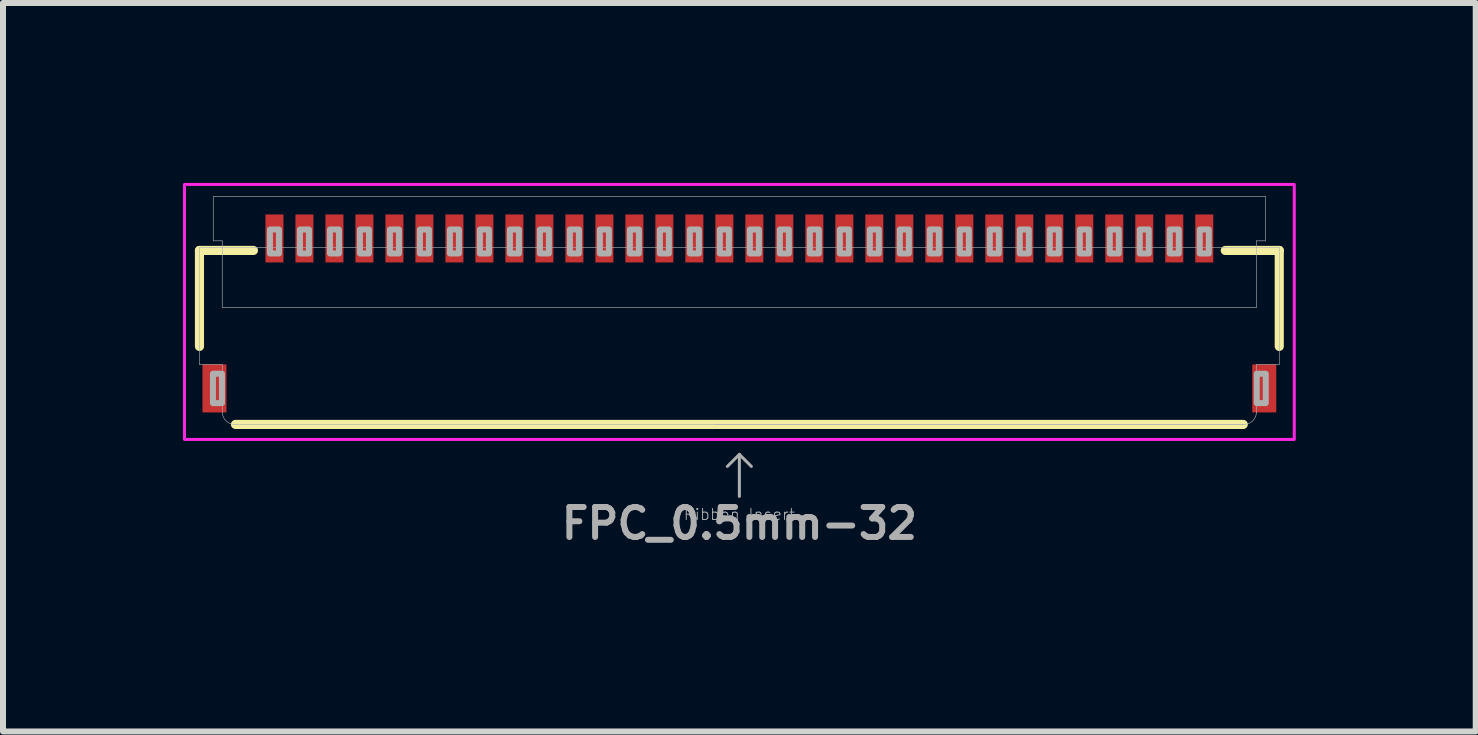
<source format=kicad_pcb>
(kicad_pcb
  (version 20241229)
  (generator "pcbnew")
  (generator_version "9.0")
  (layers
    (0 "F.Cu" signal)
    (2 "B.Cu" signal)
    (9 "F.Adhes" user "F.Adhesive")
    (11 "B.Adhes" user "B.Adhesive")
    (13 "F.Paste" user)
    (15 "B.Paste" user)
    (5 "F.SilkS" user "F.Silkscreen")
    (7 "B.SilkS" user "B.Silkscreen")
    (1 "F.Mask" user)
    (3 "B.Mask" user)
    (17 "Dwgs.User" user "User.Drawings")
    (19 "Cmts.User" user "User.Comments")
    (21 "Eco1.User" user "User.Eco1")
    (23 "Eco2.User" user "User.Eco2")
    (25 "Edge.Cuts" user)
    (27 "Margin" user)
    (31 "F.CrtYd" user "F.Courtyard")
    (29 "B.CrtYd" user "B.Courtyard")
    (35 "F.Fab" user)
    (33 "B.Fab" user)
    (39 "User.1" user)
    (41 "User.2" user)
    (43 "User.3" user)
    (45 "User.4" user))
  (footprint "FPC_0.5mm-32"
    (layer "F.Cu")
    (at 9.275 2.275)
    (property "Reference" "FPC_0.5mm-32" (at 0 3.4 0) (layer "F.Fab") (effects (font (size 0.5 0.5) (thickness 0.1) (bold yes))))
    (attr smd)
    (fp_line (start -9 -1.15) (end -9 0.45) (stroke (width 0.152) (type solid)) (layer "F.SilkS"))
    (fp_line (start -9 -1.15) (end -8.1 -1.15) (stroke (width 0.152) (type solid)) (layer "F.SilkS"))
    (fp_line (start -8.4 1.75) (end 8.4 1.75) (stroke (width 0.152) (type solid)) (layer "F.SilkS"))
    (fp_line (start 9 -1.15) (end 8.1 -1.15) (stroke (width 0.152) (type solid)) (layer "F.SilkS"))
    (fp_line (start 9 -1.15) (end 9 0.45) (stroke (width 0.152) (type solid)) (layer "F.SilkS"))
    (fp_poly (pts (xy -7.875 -1.025) (xy -7.625 -1.025) (xy -7.625 -1.675) (xy -7.875 -1.675)) (stroke (width 0) (type default)) (fill yes) (layer "F.Paste"))
    (fp_poly (pts (xy -7.375 -1.025) (xy -7.125 -1.025) (xy -7.125 -1.675) (xy -7.375 -1.675)) (stroke (width 0) (type default)) (fill yes) (layer "F.Paste"))
    (fp_poly (pts (xy -6.875 -1.025) (xy -6.625 -1.025) (xy -6.625 -1.675) (xy -6.875 -1.675)) (stroke (width 0) (type default)) (fill yes) (layer "F.Paste"))
    (fp_poly (pts (xy -6.375 -1.025) (xy -6.125 -1.025) (xy -6.125 -1.675) (xy -6.375 -1.675)) (stroke (width 0) (type default)) (fill yes) (layer "F.Paste"))
    (fp_poly (pts (xy -5.875 -1.025) (xy -5.625 -1.025) (xy -5.625 -1.675) (xy -5.875 -1.675)) (stroke (width 0) (type default)) (fill yes) (layer "F.Paste"))
    (fp_poly (pts (xy -5.375 -1.025) (xy -5.125 -1.025) (xy -5.125 -1.675) (xy -5.375 -1.675)) (stroke (width 0) (type default)) (fill yes) (layer "F.Paste"))
    (fp_poly (pts (xy -4.875 -1.025) (xy -4.625 -1.025) (xy -4.625 -1.675) (xy -4.875 -1.675)) (stroke (width 0) (type default)) (fill yes) (layer "F.Paste"))
    (fp_poly (pts (xy -4.375 -1.025) (xy -4.125 -1.025) (xy -4.125 -1.675) (xy -4.375 -1.675)) (stroke (width 0) (type default)) (fill yes) (layer "F.Paste"))
    (fp_poly (pts (xy -3.875 -1.025) (xy -3.625 -1.025) (xy -3.625 -1.675) (xy -3.875 -1.675)) (stroke (width 0) (type default)) (fill yes) (layer "F.Paste"))
    (fp_poly (pts (xy -3.375 -1.025) (xy -3.125 -1.025) (xy -3.125 -1.675) (xy -3.375 -1.675)) (stroke (width 0) (type default)) (fill yes) (layer "F.Paste"))
    (fp_poly (pts (xy -2.875 -1.025) (xy -2.625 -1.025) (xy -2.625 -1.675) (xy -2.875 -1.675)) (stroke (width 0) (type default)) (fill yes) (layer "F.Paste"))
    (fp_poly (pts (xy -2.375 -1.025) (xy -2.125 -1.025) (xy -2.125 -1.675) (xy -2.375 -1.675)) (stroke (width 0) (type default)) (fill yes) (layer "F.Paste"))
    (fp_poly (pts (xy -1.875 -1.025) (xy -1.625 -1.025) (xy -1.625 -1.675) (xy -1.875 -1.675)) (stroke (width 0) (type default)) (fill yes) (layer "F.Paste"))
    (fp_poly (pts (xy -1.375 -1.025) (xy -1.125 -1.025) (xy -1.125 -1.675) (xy -1.375 -1.675)) (stroke (width 0) (type default)) (fill yes) (layer "F.Paste"))
    (fp_poly (pts (xy -0.875 -1.025) (xy -0.625 -1.025) (xy -0.625 -1.675) (xy -0.875 -1.675)) (stroke (width 0) (type default)) (fill yes) (layer "F.Paste"))
    (fp_poly (pts (xy -0.375 -1.025) (xy -0.125 -1.025) (xy -0.125 -1.675) (xy -0.375 -1.675)) (stroke (width 0) (type default)) (fill yes) (layer "F.Paste"))
    (fp_poly (pts (xy 0.125 -1.025) (xy 0.375 -1.025) (xy 0.375 -1.675) (xy 0.125 -1.675)) (stroke (width 0) (type default)) (fill yes) (layer "F.Paste"))
    (fp_poly (pts (xy 0.625 -1.025) (xy 0.875 -1.025) (xy 0.875 -1.675) (xy 0.625 -1.675)) (stroke (width 0) (type default)) (fill yes) (layer "F.Paste"))
    (fp_poly (pts (xy 1.125 -1.025) (xy 1.375 -1.025) (xy 1.375 -1.675) (xy 1.125 -1.675)) (stroke (width 0) (type default)) (fill yes) (layer "F.Paste"))
    (fp_poly (pts (xy 1.625 -1.025) (xy 1.875 -1.025) (xy 1.875 -1.675) (xy 1.625 -1.675)) (stroke (width 0) (type default)) (fill yes) (layer "F.Paste"))
    (fp_poly (pts (xy 2.125 -1.025) (xy 2.375 -1.025) (xy 2.375 -1.675) (xy 2.125 -1.675)) (stroke (width 0) (type default)) (fill yes) (layer "F.Paste"))
    (fp_poly (pts (xy 2.625 -1.025) (xy 2.875 -1.025) (xy 2.875 -1.675) (xy 2.625 -1.675)) (stroke (width 0) (type default)) (fill yes) (layer "F.Paste"))
    (fp_poly (pts (xy 3.125 -1.025) (xy 3.375 -1.025) (xy 3.375 -1.675) (xy 3.125 -1.675)) (stroke (width 0) (type default)) (fill yes) (layer "F.Paste"))
    (fp_poly (pts (xy 3.625 -1.025) (xy 3.875 -1.025) (xy 3.875 -1.675) (xy 3.625 -1.675)) (stroke (width 0) (type default)) (fill yes) (layer "F.Paste"))
    (fp_poly (pts (xy 4.125 -1.025) (xy 4.375 -1.025) (xy 4.375 -1.675) (xy 4.125 -1.675)) (stroke (width 0) (type default)) (fill yes) (layer "F.Paste"))
    (fp_poly (pts (xy 4.625 -1.025) (xy 4.875 -1.025) (xy 4.875 -1.675) (xy 4.625 -1.675)) (stroke (width 0) (type default)) (fill yes) (layer "F.Paste"))
    (fp_poly (pts (xy 5.125 -1.025) (xy 5.375 -1.025) (xy 5.375 -1.675) (xy 5.125 -1.675)) (stroke (width 0) (type default)) (fill yes) (layer "F.Paste"))
    (fp_poly (pts (xy 5.625 -1.025) (xy 5.875 -1.025) (xy 5.875 -1.675) (xy 5.625 -1.675)) (stroke (width 0) (type default)) (fill yes) (layer "F.Paste"))
    (fp_poly (pts (xy 6.125 -1.025) (xy 6.375 -1.025) (xy 6.375 -1.675) (xy 6.125 -1.675)) (stroke (width 0) (type default)) (fill yes) (layer "F.Paste"))
    (fp_poly (pts (xy 6.625 -1.025) (xy 6.875 -1.025) (xy 6.875 -1.675) (xy 6.625 -1.675)) (stroke (width 0) (type default)) (fill yes) (layer "F.Paste"))
    (fp_poly (pts (xy 7.125 -1.025) (xy 7.375 -1.025) (xy 7.375 -1.675) (xy 7.125 -1.675)) (stroke (width 0) (type default)) (fill yes) (layer "F.Paste"))
    (fp_poly (pts (xy 7.625 -1.025) (xy 7.875 -1.025) (xy 7.875 -1.675) (xy 7.625 -1.675)) (stroke (width 0) (type default)) (fill yes) (layer "F.Paste"))
    (fp_rect (start -9.25 -2.25) (end 9.25 2) (stroke (width 0.05) (type default)) (fill no) (layer "F.CrtYd"))
    (fp_line (start -9 -1.2) (end -9 0.75) (stroke (width 0.01) (type solid)) (layer "F.Fab"))
    (fp_line (start -9 -1.2) (end -8.62 -1.2) (stroke (width 0.01) (type solid)) (layer "F.Fab"))
    (fp_line (start -8.77 -2.05) (end -8.77 -1.31) (stroke (width 0.01) (type solid)) (layer "F.Fab"))
    (fp_line (start -8.77 -2.05) (end 8.77 -2.05) (stroke (width 0.01) (type solid)) (layer "F.Fab"))
    (fp_line (start -8.62 -1.31) (end -8.77 -1.31) (stroke (width 0.01) (type solid)) (layer "F.Fab"))
    (fp_line (start -8.62 -1.2) (end -8.62 -1.31) (stroke (width 0.01) (type solid)) (layer "F.Fab"))
    (fp_line (start -8.62 -1.2) (end 8.62 -1.2) (stroke (width 0.01) (type solid)) (layer "F.Fab"))
    (fp_line (start -8.62 -0.2) (end -8.62 -1.2) (stroke (width 0.01) (type solid)) (layer "F.Fab"))
    (fp_line (start -8.62 -0.2) (end 8.62 -0.2) (stroke (width 0.01) (type solid)) (layer "F.Fab"))
    (fp_line (start -8.62 0.75) (end -9 0.75) (stroke (width 0.01) (type solid)) (layer "F.Fab"))
    (fp_line (start -8.62 1.55) (end -8.62 0.75) (stroke (width 0.01) (type solid)) (layer "F.Fab"))
    (fp_line (start 0 2.25) (end -0.2 2.45) (stroke (width 0.05) (type solid)) (layer "F.Fab"))
    (fp_line (start 0 2.25) (end 0.2 2.45) (stroke (width 0.05) (type solid)) (layer "F.Fab"))
    (fp_line (start 0 2.95) (end 0 2.25) (stroke (width 0.05) (type solid)) (layer "F.Fab"))
    (fp_line (start 8.41 1.75) (end -8.41 1.75) (stroke (width 0.01) (type solid)) (layer "F.Fab"))
    (fp_line (start 8.41 1.75) (end -0.41 1.75) (stroke (width 0.01) (type solid)) (layer "F.Fab"))
    (fp_line (start 8.62 -1.31) (end 8.77 -1.31) (stroke (width 0.01) (type solid)) (layer "F.Fab"))
    (fp_line (start 8.62 -1.2) (end 8.62 -1.31) (stroke (width 0.01) (type solid)) (layer "F.Fab"))
    (fp_line (start 8.62 -1.2) (end 9 -1.2) (stroke (width 0.01) (type solid)) (layer "F.Fab"))
    (fp_line (start 8.62 -0.2) (end 8.62 -1.2) (stroke (width 0.01) (type solid)) (layer "F.Fab"))
    (fp_line (start 8.62 1.55) (end 8.62 0.75) (stroke (width 0.01) (type solid)) (layer "F.Fab"))
    (fp_line (start 8.77 -1.31) (end 8.77 -2.05) (stroke (width 0.01) (type solid)) (layer "F.Fab"))
    (fp_line (start 9 -1.2) (end 9 0.75) (stroke (width 0.01) (type solid)) (layer "F.Fab"))
    (fp_line (start 9 0.75) (end 8.62 0.75) (stroke (width 0.01) (type solid)) (layer "F.Fab"))
    (fp_arc (start -8.409999 1.749999) (mid -8.55542 1.692442) (end -8.62 1.55) (stroke (width 0.01) (type solid)) (layer "F.Fab"))
    (fp_arc (start 8.62 1.55) (mid 8.555421 1.692445) (end 8.409999 1.749999) (stroke (width 0.01) (type solid)) (layer "F.Fab"))
    (fp_poly (pts (xy -8.775 1.395) (xy -8.625 1.395) (xy -8.625 0.905) (xy -8.775 0.905)) (stroke (width 0.1) (type default)) (fill no) (layer "F.Fab"))
    (fp_poly (pts (xy -7.825 -1.1) (xy -7.675 -1.1) (xy -7.675 -1.5) (xy -7.825 -1.5)) (stroke (width 0.1) (type default)) (fill no) (layer "F.Fab"))
    (fp_poly (pts (xy -7.325 -1.1) (xy -7.175 -1.1) (xy -7.175 -1.5) (xy -7.325 -1.5)) (stroke (width 0.1) (type default)) (fill no) (layer "F.Fab"))
    (fp_poly (pts (xy -6.825 -1.1) (xy -6.675 -1.1) (xy -6.675 -1.5) (xy -6.825 -1.5)) (stroke (width 0.1) (type default)) (fill no) (layer "F.Fab"))
    (fp_poly (pts (xy -6.325 -1.1) (xy -6.175 -1.1) (xy -6.175 -1.5) (xy -6.325 -1.5)) (stroke (width 0.1) (type default)) (fill no) (layer "F.Fab"))
    (fp_poly (pts (xy -5.825 -1.1) (xy -5.675 -1.1) (xy -5.675 -1.5) (xy -5.825 -1.5)) (stroke (width 0.1) (type default)) (fill no) (layer "F.Fab"))
    (fp_poly (pts (xy -5.325 -1.1) (xy -5.175 -1.1) (xy -5.175 -1.5) (xy -5.325 -1.5)) (stroke (width 0.1) (type default)) (fill no) (layer "F.Fab"))
    (fp_poly (pts (xy -4.825 -1.1) (xy -4.675 -1.1) (xy -4.675 -1.5) (xy -4.825 -1.5)) (stroke (width 0.1) (type default)) (fill no) (layer "F.Fab"))
    (fp_poly (pts (xy -4.325 -1.1) (xy -4.175 -1.1) (xy -4.175 -1.5) (xy -4.325 -1.5)) (stroke (width 0.1) (type default)) (fill no) (layer "F.Fab"))
    (fp_poly (pts (xy -3.825 -1.1) (xy -3.675 -1.1) (xy -3.675 -1.5) (xy -3.825 -1.5)) (stroke (width 0.1) (type default)) (fill no) (layer "F.Fab"))
    (fp_poly (pts (xy -3.325 -1.1) (xy -3.175 -1.1) (xy -3.175 -1.5) (xy -3.325 -1.5)) (stroke (width 0.1) (type default)) (fill no) (layer "F.Fab"))
    (fp_poly (pts (xy -2.825 -1.1) (xy -2.675 -1.1) (xy -2.675 -1.5) (xy -2.825 -1.5)) (stroke (width 0.1) (type default)) (fill no) (layer "F.Fab"))
    (fp_poly (pts (xy -2.325 -1.1) (xy -2.175 -1.1) (xy -2.175 -1.5) (xy -2.325 -1.5)) (stroke (width 0.1) (type default)) (fill no) (layer "F.Fab"))
    (fp_poly (pts (xy -1.825 -1.1) (xy -1.675 -1.1) (xy -1.675 -1.5) (xy -1.825 -1.5)) (stroke (width 0.1) (type default)) (fill no) (layer "F.Fab"))
    (fp_poly (pts (xy -1.325 -1.1) (xy -1.175 -1.1) (xy -1.175 -1.5) (xy -1.325 -1.5)) (stroke (width 0.1) (type default)) (fill no) (layer "F.Fab"))
    (fp_poly (pts (xy -0.825 -1.1) (xy -0.675 -1.1) (xy -0.675 -1.5) (xy -0.825 -1.5)) (stroke (width 0.1) (type default)) (fill no) (layer "F.Fab"))
    (fp_poly (pts (xy -0.325 -1.1) (xy -0.175 -1.1) (xy -0.175 -1.5) (xy -0.325 -1.5)) (stroke (width 0.1) (type default)) (fill no) (layer "F.Fab"))
    (fp_poly (pts (xy 0.175 -1.1) (xy 0.325 -1.1) (xy 0.325 -1.5) (xy 0.175 -1.5)) (stroke (width 0.1) (type default)) (fill no) (layer "F.Fab"))
    (fp_poly (pts (xy 0.675 -1.1) (xy 0.825 -1.1) (xy 0.825 -1.5) (xy 0.675 -1.5)) (stroke (width 0.1) (type default)) (fill no) (layer "F.Fab"))
    (fp_poly (pts (xy 1.175 -1.1) (xy 1.325 -1.1) (xy 1.325 -1.5) (xy 1.175 -1.5)) (stroke (width 0.1) (type default)) (fill no) (layer "F.Fab"))
    (fp_poly (pts (xy 1.675 -1.1) (xy 1.825 -1.1) (xy 1.825 -1.5) (xy 1.675 -1.5)) (stroke (width 0.1) (type default)) (fill no) (layer "F.Fab"))
    (fp_poly (pts (xy 2.175 -1.1) (xy 2.325 -1.1) (xy 2.325 -1.5) (xy 2.175 -1.5)) (stroke (width 0.1) (type default)) (fill no) (layer "F.Fab"))
    (fp_poly (pts (xy 2.675 -1.1) (xy 2.825 -1.1) (xy 2.825 -1.5) (xy 2.675 -1.5)) (stroke (width 0.1) (type default)) (fill no) (layer "F.Fab"))
    (fp_poly (pts (xy 3.175 -1.1) (xy 3.325 -1.1) (xy 3.325 -1.5) (xy 3.175 -1.5)) (stroke (width 0.1) (type default)) (fill no) (layer "F.Fab"))
    (fp_poly (pts (xy 3.675 -1.1) (xy 3.825 -1.1) (xy 3.825 -1.5) (xy 3.675 -1.5)) (stroke (width 0.1) (type default)) (fill no) (layer "F.Fab"))
    (fp_poly (pts (xy 4.175 -1.1) (xy 4.325 -1.1) (xy 4.325 -1.5) (xy 4.175 -1.5)) (stroke (width 0.1) (type default)) (fill no) (layer "F.Fab"))
    (fp_poly (pts (xy 4.675 -1.1) (xy 4.825 -1.1) (xy 4.825 -1.5) (xy 4.675 -1.5)) (stroke (width 0.1) (type default)) (fill no) (layer "F.Fab"))
    (fp_poly (pts (xy 5.175 -1.1) (xy 5.325 -1.1) (xy 5.325 -1.5) (xy 5.175 -1.5)) (stroke (width 0.1) (type default)) (fill no) (layer "F.Fab"))
    (fp_poly (pts (xy 5.675 -1.1) (xy 5.825 -1.1) (xy 5.825 -1.5) (xy 5.675 -1.5)) (stroke (width 0.1) (type default)) (fill no) (layer "F.Fab"))
    (fp_poly (pts (xy 6.175 -1.1) (xy 6.325 -1.1) (xy 6.325 -1.5) (xy 6.175 -1.5)) (stroke (width 0.1) (type default)) (fill no) (layer "F.Fab"))
    (fp_poly (pts (xy 6.675 -1.1) (xy 6.825 -1.1) (xy 6.825 -1.5) (xy 6.675 -1.5)) (stroke (width 0.1) (type default)) (fill no) (layer "F.Fab"))
    (fp_poly (pts (xy 7.175 -1.1) (xy 7.325 -1.1) (xy 7.325 -1.5) (xy 7.175 -1.5)) (stroke (width 0.1) (type default)) (fill no) (layer "F.Fab"))
    (fp_poly (pts (xy 7.675 -1.1) (xy 7.825 -1.1) (xy 7.825 -1.5) (xy 7.675 -1.5)) (stroke (width 0.1) (type default)) (fill no) (layer "F.Fab"))
    (fp_poly (pts (xy 8.625 1.395) (xy 8.775 1.395) (xy 8.775 0.905) (xy 8.625 0.905)) (stroke (width 0.1) (type default)) (fill no) (layer "F.Fab"))
    (fp_text user "Ribbon Insert" (at 0 3.25 0) (layer "F.Fab") (effects (font (size 0.184 0.184) (thickness 0.016))))
    (pad "1" smd rect (at -7.75 -1.35) (size 0.3 0.8) (layers "F.Cu" "F.Mask"))
    (pad "2" smd rect (at -7.25 -1.35) (size 0.3 0.8) (layers "F.Cu" "F.Mask"))
    (pad "3" smd rect (at -6.75 -1.35) (size 0.3 0.8) (layers "F.Cu" "F.Mask"))
    (pad "4" smd rect (at -6.25 -1.35) (size 0.3 0.8) (layers "F.Cu" "F.Mask"))
    (pad "5" smd rect (at -5.75 -1.35) (size 0.3 0.8) (layers "F.Cu" "F.Mask"))
    (pad "6" smd rect (at -5.25 -1.35) (size 0.3 0.8) (layers "F.Cu" "F.Mask"))
    (pad "7" smd rect (at -4.75 -1.35) (size 0.3 0.8) (layers "F.Cu" "F.Mask"))
    (pad "8" smd rect (at -4.25 -1.35) (size 0.3 0.8) (layers "F.Cu" "F.Mask"))
    (pad "9" smd rect (at -3.75 -1.35) (size 0.3 0.8) (layers "F.Cu" "F.Mask"))
    (pad "10" smd rect (at -3.25 -1.35) (size 0.3 0.8) (layers "F.Cu" "F.Mask"))
    (pad "11" smd rect (at -2.75 -1.35) (size 0.3 0.8) (layers "F.Cu" "F.Mask"))
    (pad "12" smd rect (at -2.25 -1.35) (size 0.3 0.8) (layers "F.Cu" "F.Mask"))
    (pad "13" smd rect (at -1.75 -1.35) (size 0.3 0.8) (layers "F.Cu" "F.Mask"))
    (pad "14" smd rect (at -1.25 -1.35) (size 0.3 0.8) (layers "F.Cu" "F.Mask"))
    (pad "15" smd rect (at -0.75 -1.35) (size 0.3 0.8) (layers "F.Cu" "F.Mask"))
    (pad "16" smd rect (at -0.25 -1.35) (size 0.3 0.8) (layers "F.Cu" "F.Mask"))
    (pad "17" smd rect (at 0.25 -1.35) (size 0.3 0.8) (layers "F.Cu" "F.Mask"))
    (pad "18" smd rect (at 0.75 -1.35) (size 0.3 0.8) (layers "F.Cu" "F.Mask"))
    (pad "19" smd rect (at 1.25 -1.35) (size 0.3 0.8) (layers "F.Cu" "F.Mask"))
    (pad "20" smd rect (at 1.75 -1.35) (size 0.3 0.8) (layers "F.Cu" "F.Mask"))
    (pad "21" smd rect (at 2.25 -1.35) (size 0.3 0.8) (layers "F.Cu" "F.Mask"))
    (pad "22" smd rect (at 2.75 -1.35) (size 0.3 0.8) (layers "F.Cu" "F.Mask"))
    (pad "23" smd rect (at 3.25 -1.35) (size 0.3 0.8) (layers "F.Cu" "F.Mask"))
    (pad "24" smd rect (at 3.75 -1.35) (size 0.3 0.8) (layers "F.Cu" "F.Mask"))
    (pad "25" smd rect (at 4.25 -1.35) (size 0.3 0.8) (layers "F.Cu" "F.Mask"))
    (pad "26" smd rect (at 4.75 -1.35) (size 0.3 0.8) (layers "F.Cu" "F.Mask"))
    (pad "27" smd rect (at 5.25 -1.35) (size 0.3 0.8) (layers "F.Cu" "F.Mask"))
    (pad "28" smd rect (at 5.75 -1.35) (size 0.3 0.8) (layers "F.Cu" "F.Mask"))
    (pad "29" smd rect (at 6.25 -1.35) (size 0.3 0.8) (layers "F.Cu" "F.Mask"))
    (pad "30" smd rect (at 6.75 -1.35) (size 0.3 0.8) (layers "F.Cu" "F.Mask"))
    (pad "31" smd rect (at 7.25 -1.35) (size 0.3 0.8) (layers "F.Cu" "F.Mask"))
    (pad "32" smd rect (at 7.75 -1.35) (size 0.3 0.8) (layers "F.Cu" "F.Mask"))
    (pad "MP1" smd rect (at -8.75 1.15) (size 0.4 0.8) (layers "F.Cu" "F.Mask" "F.Paste"))
    (pad "MP2" smd rect (at 8.75 1.15) (size 0.4 0.8) (layers "F.Cu" "F.Mask" "F.Paste")))
  (gr_rect
    (start -3 -3)
    (end 21.55 9.143)
    (stroke (width 0.1) (type default))
    (fill no)
    (layer "Edge.Cuts")))
</source>
